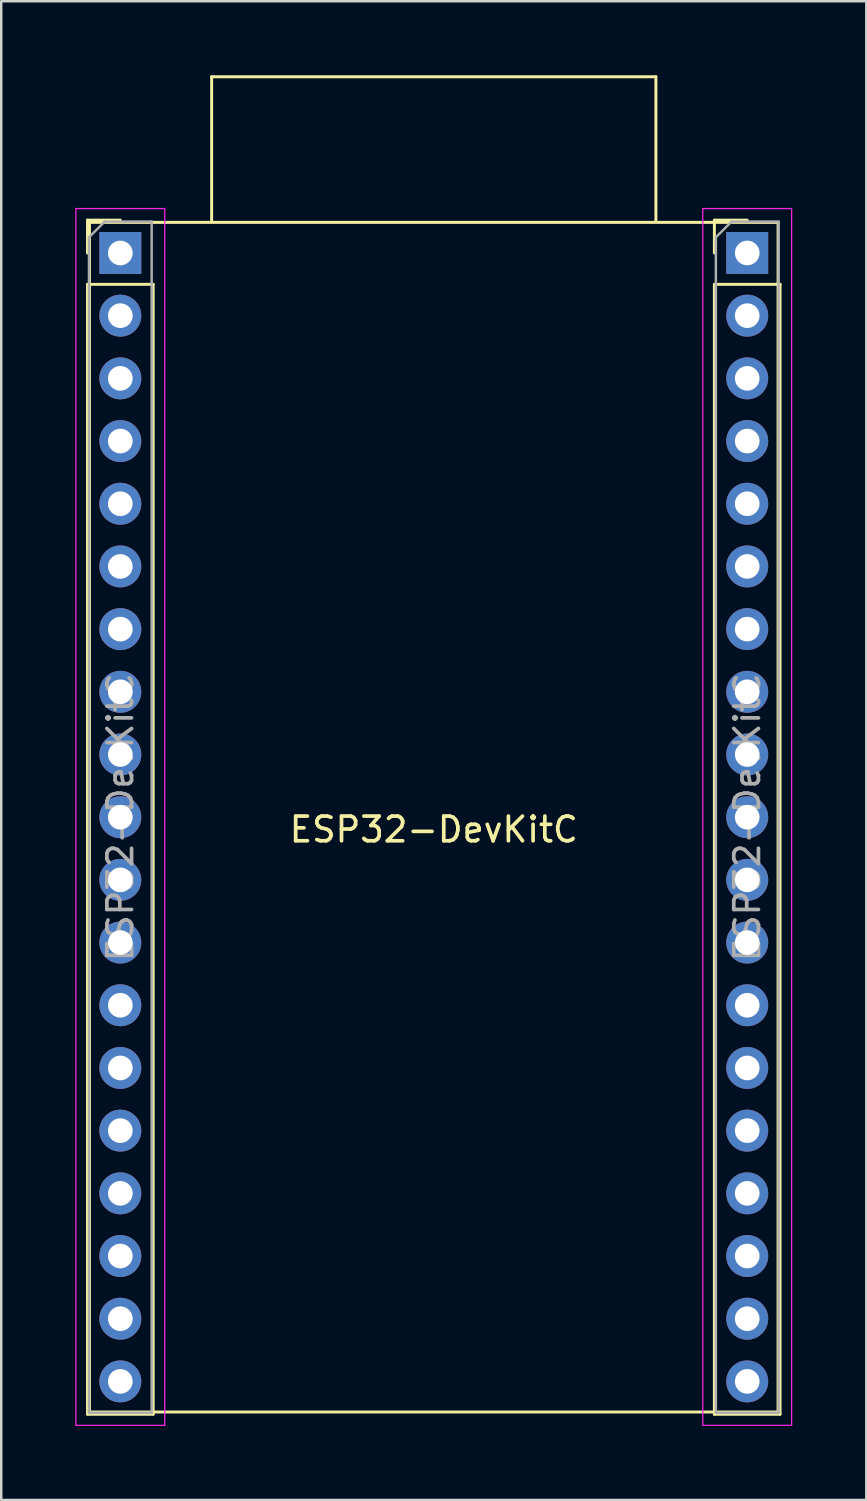
<source format=kicad_pcb>
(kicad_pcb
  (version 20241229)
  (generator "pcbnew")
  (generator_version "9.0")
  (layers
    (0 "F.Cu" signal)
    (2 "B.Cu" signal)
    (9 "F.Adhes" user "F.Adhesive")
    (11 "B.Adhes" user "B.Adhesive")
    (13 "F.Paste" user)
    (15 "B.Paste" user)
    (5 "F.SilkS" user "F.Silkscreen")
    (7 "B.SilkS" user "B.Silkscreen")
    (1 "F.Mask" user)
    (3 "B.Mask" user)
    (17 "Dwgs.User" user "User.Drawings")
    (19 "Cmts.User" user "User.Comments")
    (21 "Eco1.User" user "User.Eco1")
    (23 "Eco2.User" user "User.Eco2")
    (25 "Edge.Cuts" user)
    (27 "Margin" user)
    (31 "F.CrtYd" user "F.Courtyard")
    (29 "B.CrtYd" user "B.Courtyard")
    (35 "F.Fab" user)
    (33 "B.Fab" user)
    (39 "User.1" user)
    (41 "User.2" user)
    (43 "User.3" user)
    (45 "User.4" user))
  (footprint "ESP32-DevKitC"
    (layer "F.Cu")
    (at 14.525 30.06)
    (property "Reference" "ESP32-DevKitC" (at 0 0.5 0) (layer "F.SilkS") (effects (font (size 1 1) (thickness 0.15))))
    (attr through_hole)
    (fp_line (start -14.03 -24.19) (end -12.7 -24.19) (stroke (width 0.12) (type solid)) (layer "F.SilkS"))
    (fp_line (start -14.03 -22.86) (end -14.03 -24.19) (stroke (width 0.12) (type solid)) (layer "F.SilkS"))
    (fp_line (start -14.03 -21.59) (end -14.03 24.19) (stroke (width 0.12) (type solid)) (layer "F.SilkS"))
    (fp_line (start -14.03 -21.59) (end -11.37 -21.59) (stroke (width 0.12) (type solid)) (layer "F.SilkS"))
    (fp_line (start -14.03 24.19) (end -11.37 24.19) (stroke (width 0.12) (type solid)) (layer "F.SilkS"))
    (fp_line (start -13.95 -24.1) (end 13.95 -24.1) (stroke (width 0.12) (type solid)) (layer "F.SilkS"))
    (fp_line (start -13.95 24.1) (end -13.95 -24.1) (stroke (width 0.12) (type solid)) (layer "F.SilkS"))
    (fp_line (start -13.95 24.1) (end 13.95 24.1) (stroke (width 0.12) (type solid)) (layer "F.SilkS"))
    (fp_line (start -11.37 -21.59) (end -11.37 24.19) (stroke (width 0.12) (type solid)) (layer "F.SilkS"))
    (fp_line (start -9 -30) (end 9 -30) (stroke (width 0.12) (type solid)) (layer "F.SilkS"))
    (fp_line (start -9 -24.13) (end -9 -30) (stroke (width 0.12) (type solid)) (layer "F.SilkS"))
    (fp_line (start 9 -30) (end 9 -24.13) (stroke (width 0.12) (type solid)) (layer "F.SilkS"))
    (fp_line (start 11.37 -24.19) (end 12.7 -24.19) (stroke (width 0.12) (type solid)) (layer "F.SilkS"))
    (fp_line (start 11.37 -22.86) (end 11.37 -24.19) (stroke (width 0.12) (type solid)) (layer "F.SilkS"))
    (fp_line (start 11.37 -21.59) (end 11.37 24.19) (stroke (width 0.12) (type solid)) (layer "F.SilkS"))
    (fp_line (start 11.37 -21.59) (end 14.03 -21.59) (stroke (width 0.12) (type solid)) (layer "F.SilkS"))
    (fp_line (start 11.37 24.19) (end 14.03 24.19) (stroke (width 0.12) (type solid)) (layer "F.SilkS"))
    (fp_line (start 13.95 -24.1) (end 13.95 24.1) (stroke (width 0.12) (type solid)) (layer "F.SilkS"))
    (fp_line (start 14.03 -21.59) (end 14.03 24.19) (stroke (width 0.12) (type solid)) (layer "F.SilkS"))
    (fp_line (start -14.5 -24.66) (end -14.5 24.64) (stroke (width 0.05) (type solid)) (layer "F.CrtYd"))
    (fp_line (start -14.5 24.64) (end -10.9 24.64) (stroke (width 0.05) (type solid)) (layer "F.CrtYd"))
    (fp_line (start -10.9 -24.66) (end -14.5 -24.66) (stroke (width 0.05) (type solid)) (layer "F.CrtYd"))
    (fp_line (start -10.9 24.64) (end -10.9 -24.66) (stroke (width 0.05) (type solid)) (layer "F.CrtYd"))
    (fp_line (start 10.9 -24.66) (end 10.9 24.64) (stroke (width 0.05) (type solid)) (layer "F.CrtYd"))
    (fp_line (start 10.9 24.64) (end 14.5 24.64) (stroke (width 0.05) (type solid)) (layer "F.CrtYd"))
    (fp_line (start 14.5 -24.66) (end 10.9 -24.66) (stroke (width 0.05) (type solid)) (layer "F.CrtYd"))
    (fp_line (start 14.5 24.64) (end 14.5 -24.66) (stroke (width 0.05) (type solid)) (layer "F.CrtYd"))
    (fp_line (start -13.97 -23.495) (end -13.335 -24.13) (stroke (width 0.1) (type solid)) (layer "F.Fab"))
    (fp_line (start -13.97 24.13) (end -13.97 -23.495) (stroke (width 0.1) (type solid)) (layer "F.Fab"))
    (fp_line (start -13.335 -24.13) (end -11.43 -24.13) (stroke (width 0.1) (type solid)) (layer "F.Fab"))
    (fp_line (start -11.43 -24.13) (end -11.43 24.13) (stroke (width 0.1) (type solid)) (layer "F.Fab"))
    (fp_line (start -11.43 24.13) (end -13.97 24.13) (stroke (width 0.1) (type solid)) (layer "F.Fab"))
    (fp_line (start 11.43 -23.495) (end 12.065 -24.13) (stroke (width 0.1) (type solid)) (layer "F.Fab"))
    (fp_line (start 11.43 24.13) (end 11.43 -23.495) (stroke (width 0.1) (type solid)) (layer "F.Fab"))
    (fp_line (start 12.065 -24.13) (end 13.97 -24.13) (stroke (width 0.1) (type solid)) (layer "F.Fab"))
    (fp_line (start 13.97 -24.13) (end 13.97 24.13) (stroke (width 0.1) (type solid)) (layer "F.Fab"))
    (fp_line (start 13.97 24.13) (end 11.43 24.13) (stroke (width 0.1) (type solid)) (layer "F.Fab"))
    (fp_text user "${REFERENCE}" (at 12.7 0 90) (layer "F.Fab") (effects (font (size 1 1) (thickness 0.15))))
    (fp_text user "${REFERENCE}" (at -12.7 0 90) (layer "F.Fab") (effects (font (size 1 1) (thickness 0.15))))
    (pad "1" thru_hole rect (at -12.7 -22.86) (size 1.7 1.7) (drill 1) (layers "*.Cu" "*.Mask"))
    (pad "2" thru_hole oval (at -12.7 -20.32) (size 1.7 1.7) (drill 1) (layers "*.Cu" "*.Mask"))
    (pad "3" thru_hole oval (at -12.7 -17.78) (size 1.7 1.7) (drill 1) (layers "*.Cu" "*.Mask"))
    (pad "4" thru_hole oval (at -12.7 -15.24) (size 1.7 1.7) (drill 1) (layers "*.Cu" "*.Mask"))
    (pad "5" thru_hole oval (at -12.7 -12.7) (size 1.7 1.7) (drill 1) (layers "*.Cu" "*.Mask"))
    (pad "6" thru_hole oval (at -12.7 -10.16) (size 1.7 1.7) (drill 1) (layers "*.Cu" "*.Mask"))
    (pad "7" thru_hole oval (at -12.7 -7.62) (size 1.7 1.7) (drill 1) (layers "*.Cu" "*.Mask"))
    (pad "8" thru_hole oval (at -12.7 -5.08) (size 1.7 1.7) (drill 1) (layers "*.Cu" "*.Mask"))
    (pad "9" thru_hole oval (at -12.7 -2.54) (size 1.7 1.7) (drill 1) (layers "*.Cu" "*.Mask"))
    (pad "10" thru_hole oval (at -12.7 0) (size 1.7 1.7) (drill 1) (layers "*.Cu" "*.Mask"))
    (pad "11" thru_hole oval (at -12.7 2.54) (size 1.7 1.7) (drill 1) (layers "*.Cu" "*.Mask"))
    (pad "12" thru_hole oval (at -12.7 5.08) (size 1.7 1.7) (drill 1) (layers "*.Cu" "*.Mask"))
    (pad "13" thru_hole oval (at -12.7 7.62) (size 1.7 1.7) (drill 1) (layers "*.Cu" "*.Mask"))
    (pad "14" thru_hole oval (at -12.7 10.16) (size 1.7 1.7) (drill 1) (layers "*.Cu" "*.Mask"))
    (pad "15" thru_hole oval (at -12.7 12.7) (size 1.7 1.7) (drill 1) (layers "*.Cu" "*.Mask"))
    (pad "16" thru_hole oval (at -12.7 15.24) (size 1.7 1.7) (drill 1) (layers "*.Cu" "*.Mask"))
    (pad "17" thru_hole oval (at -12.7 17.78) (size 1.7 1.7) (drill 1) (layers "*.Cu" "*.Mask"))
    (pad "18" thru_hole oval (at -12.7 20.32) (size 1.7 1.7) (drill 1) (layers "*.Cu" "*.Mask"))
    (pad "19" thru_hole oval (at -12.7 22.86) (size 1.7 1.7) (drill 1) (layers "*.Cu" "*.Mask"))
    (pad "20" thru_hole rect (at 12.7 -22.86) (size 1.7 1.7) (drill 1) (layers "*.Cu" "*.Mask"))
    (pad "21" thru_hole oval (at 12.7 -20.32) (size 1.7 1.7) (drill 1) (layers "*.Cu" "*.Mask"))
    (pad "22" thru_hole oval (at 12.7 -17.78) (size 1.7 1.7) (drill 1) (layers "*.Cu" "*.Mask"))
    (pad "23" thru_hole oval (at 12.7 -15.24) (size 1.7 1.7) (drill 1) (layers "*.Cu" "*.Mask"))
    (pad "24" thru_hole oval (at 12.7 -12.7) (size 1.7 1.7) (drill 1) (layers "*.Cu" "*.Mask"))
    (pad "25" thru_hole oval (at 12.7 -10.16) (size 1.7 1.7) (drill 1) (layers "*.Cu" "*.Mask"))
    (pad "26" thru_hole oval (at 12.7 -7.62) (size 1.7 1.7) (drill 1) (layers "*.Cu" "*.Mask"))
    (pad "27" thru_hole oval (at 12.7 -5.08) (size 1.7 1.7) (drill 1) (layers "*.Cu" "*.Mask"))
    (pad "28" thru_hole oval (at 12.7 -2.54) (size 1.7 1.7) (drill 1) (layers "*.Cu" "*.Mask"))
    (pad "29" thru_hole oval (at 12.7 0) (size 1.7 1.7) (drill 1) (layers "*.Cu" "*.Mask"))
    (pad "30" thru_hole oval (at 12.7 2.54) (size 1.7 1.7) (drill 1) (layers "*.Cu" "*.Mask"))
    (pad "31" thru_hole oval (at 12.7 5.08) (size 1.7 1.7) (drill 1) (layers "*.Cu" "*.Mask"))
    (pad "32" thru_hole oval (at 12.7 7.62) (size 1.7 1.7) (drill 1) (layers "*.Cu" "*.Mask"))
    (pad "33" thru_hole oval (at 12.7 10.16) (size 1.7 1.7) (drill 1) (layers "*.Cu" "*.Mask"))
    (pad "34" thru_hole oval (at 12.7 12.7) (size 1.7 1.7) (drill 1) (layers "*.Cu" "*.Mask"))
    (pad "35" thru_hole oval (at 12.7 15.24) (size 1.7 1.7) (drill 1) (layers "*.Cu" "*.Mask"))
    (pad "36" thru_hole oval (at 12.7 17.78) (size 1.7 1.7) (drill 1) (layers "*.Cu" "*.Mask"))
    (pad "37" thru_hole oval (at 12.7 20.32) (size 1.7 1.7) (drill 1) (layers "*.Cu" "*.Mask"))
    (pad "38" thru_hole oval (at 12.7 22.86) (size 1.7 1.7) (drill 1) (layers "*.Cu" "*.Mask")))
  (gr_rect
    (start -3 -3)
    (end 32.05 57.725)
    (stroke (width 0.1) (type default))
    (fill no)
    (layer "Edge.Cuts")))
</source>
